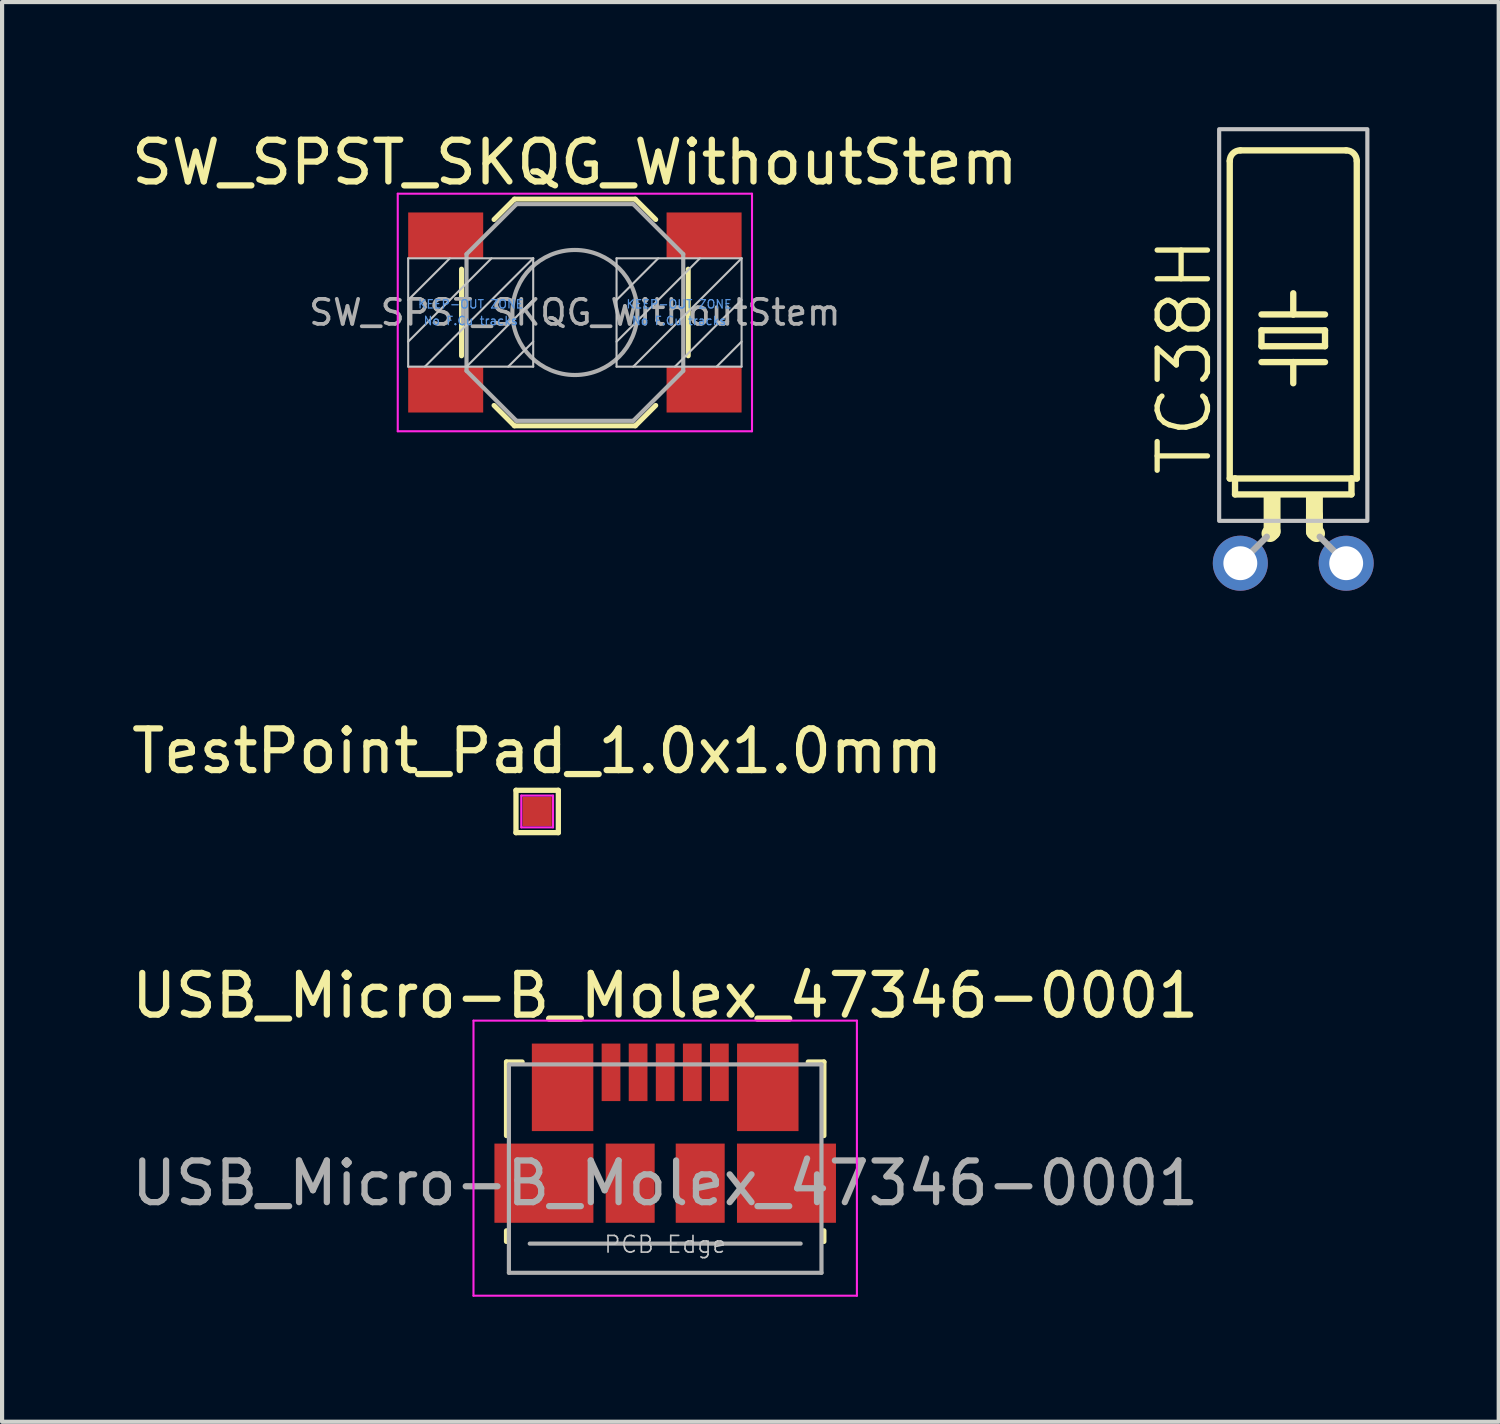
<source format=kicad_pcb>
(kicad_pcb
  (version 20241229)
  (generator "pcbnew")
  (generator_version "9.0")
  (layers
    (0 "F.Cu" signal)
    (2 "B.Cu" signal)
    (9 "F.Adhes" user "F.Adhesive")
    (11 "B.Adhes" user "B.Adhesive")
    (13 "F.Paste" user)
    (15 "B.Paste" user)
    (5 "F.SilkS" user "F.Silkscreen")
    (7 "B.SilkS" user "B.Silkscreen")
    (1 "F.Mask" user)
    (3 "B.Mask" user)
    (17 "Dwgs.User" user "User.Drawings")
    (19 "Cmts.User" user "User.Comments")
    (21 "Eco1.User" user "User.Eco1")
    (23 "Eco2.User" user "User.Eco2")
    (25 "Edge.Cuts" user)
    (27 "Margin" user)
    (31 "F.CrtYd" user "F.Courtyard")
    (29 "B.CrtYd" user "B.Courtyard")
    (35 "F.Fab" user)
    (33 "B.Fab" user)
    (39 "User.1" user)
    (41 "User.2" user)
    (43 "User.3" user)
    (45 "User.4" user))
  (footprint "TC38H"
    (layer "F.Cu")
    (at 27.981 10.464)
    (property "Reference" "TC38H" (at -1.905 -2.032 90) (layer "F.SilkS") (effects (font (size 1.206 1.206) (thickness 0.127)) (justify left bottom)))
    (attr through_hole)
    (fp_line (start -1.524 -2.032) (end -1.524 -9.652) (stroke (width 0.152) (type solid)) (layer "F.SilkS"))
    (fp_line (start -1.524 -2.032) (end -1.397 -2.032) (stroke (width 0.152) (type solid)) (layer "F.SilkS"))
    (fp_line (start -1.397 -1.651) (end -1.397 -2.032) (stroke (width 0.152) (type solid)) (layer "F.SilkS"))
    (fp_line (start -1.397 -1.651) (end 1.397 -1.651) (stroke (width 0.152) (type solid)) (layer "F.SilkS"))
    (fp_line (start -1.27 -9.906) (end 1.27 -9.906) (stroke (width 0.152) (type solid)) (layer "F.SilkS"))
    (fp_line (start -0.762 -5.969) (end 0 -5.969) (stroke (width 0.152) (type solid)) (layer "F.SilkS"))
    (fp_line (start -0.762 -5.588) (end -0.762 -5.207) (stroke (width 0.152) (type solid)) (layer "F.SilkS"))
    (fp_line (start -0.762 -5.588) (end 0.762 -5.588) (stroke (width 0.152) (type solid)) (layer "F.SilkS"))
    (fp_line (start -0.762 -4.826) (end 0 -4.826) (stroke (width 0.152) (type solid)) (layer "F.SilkS"))
    (fp_line (start -0.559 -0.711) (end -0.508 -0.762) (stroke (width 0.406) (type solid)) (layer "F.SilkS"))
    (fp_line (start -0.508 -0.762) (end -0.508 -1.016) (stroke (width 0.406) (type solid)) (layer "F.SilkS"))
    (fp_line (start 0 -5.969) (end 0 -6.477) (stroke (width 0.152) (type solid)) (layer "F.SilkS"))
    (fp_line (start 0 -5.969) (end 0.762 -5.969) (stroke (width 0.152) (type solid)) (layer "F.SilkS"))
    (fp_line (start 0 -4.826) (end 0 -4.318) (stroke (width 0.152) (type solid)) (layer "F.SilkS"))
    (fp_line (start 0 -4.826) (end 0.762 -4.826) (stroke (width 0.152) (type solid)) (layer "F.SilkS"))
    (fp_line (start 0.508 -0.762) (end 0.508 -1.143) (stroke (width 0.406) (type solid)) (layer "F.SilkS"))
    (fp_line (start 0.559 -0.711) (end 0.508 -0.762) (stroke (width 0.406) (type solid)) (layer "F.SilkS"))
    (fp_line (start 0.762 -5.207) (end -0.762 -5.207) (stroke (width 0.152) (type solid)) (layer "F.SilkS"))
    (fp_line (start 0.762 -5.207) (end 0.762 -5.588) (stroke (width 0.152) (type solid)) (layer "F.SilkS"))
    (fp_line (start 1.397 -2.032) (end -1.397 -2.032) (stroke (width 0.152) (type solid)) (layer "F.SilkS"))
    (fp_line (start 1.397 -1.651) (end 1.397 -2.032) (stroke (width 0.152) (type solid)) (layer "F.SilkS"))
    (fp_line (start 1.524 -2.032) (end 1.397 -2.032) (stroke (width 0.152) (type solid)) (layer "F.SilkS"))
    (fp_line (start 1.524 -2.032) (end 1.524 -9.652) (stroke (width 0.152) (type solid)) (layer "F.SilkS"))
    (fp_arc (start -1.524 -9.652) (mid -1.449605 -9.831605) (end -1.27 -9.906) (stroke (width 0.1524) (type solid)) (layer "F.SilkS"))
    (fp_arc (start 1.27 -9.906) (mid 1.449605 -9.831605) (end 1.524 -9.652) (stroke (width 0.1524) (type solid)) (layer "F.SilkS"))
    (fp_poly (pts (xy -0.711 -1.016) (xy -0.305 -1.016) (xy -0.305 -1.6) (xy -0.711 -1.6)) (stroke (width 0) (type solid)) (fill yes) (layer "F.SilkS"))
    (fp_poly (pts (xy 0.305 -1.016) (xy 0.711 -1.016) (xy 0.711 -1.6) (xy 0.305 -1.6)) (stroke (width 0) (type solid)) (fill yes) (layer "F.SilkS"))
    (fp_poly (pts (xy -1.778 -1.016) (xy 1.778 -1.016) (xy 1.778 -10.414) (xy -1.778 -10.414)) (stroke (width 0.1) (type solid)) (fill no) (layer "Dwgs.User"))
    (fp_line (start -0.635 -0.635) (end -1.27 0) (stroke (width 0.152) (type solid)) (layer "F.Fab"))
    (fp_line (start 0.635 -0.635) (end 1.27 0) (stroke (width 0.152) (type solid)) (layer "F.Fab"))
    (pad "1" thru_hole circle (at -1.27 0) (size 1.321 1.321) (drill 0.813) (layers "*.Cu" "*.Mask"))
    (pad "2" thru_hole circle (at 1.27 0) (size 1.321 1.321) (drill 0.813) (layers "*.Cu" "*.Mask")))
  (footprint "TestPoint_Pad_1.0x1.0mm"
    (layer "F.Cu")
    (at 9.839 16.421)
    (property "Reference" "TestPoint_Pad_1.0x1.0mm" (at 0 -1.448 0) (layer "F.SilkS") (effects (font (size 1 1) (thickness 0.15))))
    (attr exclude_from_pos_files exclude_from_bom)
    (fp_line (start -0.508 -0.508) (end 0.508 -0.508) (stroke (width 0.127) (type solid)) (layer "F.SilkS"))
    (fp_line (start -0.508 0.508) (end -0.508 -0.508) (stroke (width 0.127) (type solid)) (layer "F.SilkS"))
    (fp_line (start 0.508 -0.508) (end 0.508 0.508) (stroke (width 0.127) (type solid)) (layer "F.SilkS"))
    (fp_line (start 0.508 0.508) (end -0.508 0.508) (stroke (width 0.127) (type solid)) (layer "F.SilkS"))
    (fp_line (start -0.381 -0.381) (end -0.381 0.381) (stroke (width 0.05) (type solid)) (layer "F.CrtYd"))
    (fp_line (start -0.381 -0.381) (end 0.381 -0.381) (stroke (width 0.05) (type solid)) (layer "F.CrtYd"))
    (fp_line (start 0.381 0.381) (end -0.381 0.381) (stroke (width 0.05) (type solid)) (layer "F.CrtYd"))
    (fp_line (start 0.381 0.381) (end 0.381 -0.381) (stroke (width 0.05) (type solid)) (layer "F.CrtYd"))
    (pad "1" smd rect (at 0 0) (size 0.7 0.7) (layers "F.Cu" "F.Mask")))
  (footprint "SW_SPST_SKQG_WithoutStem"
    (layer "F.Cu")
    (at 10.744 4.448)
    (property "Reference" "SW_SPST_SKQG_WithoutStem" (at 0 -3.6 0) (layer "F.SilkS") (effects (font (size 1 1) (thickness 0.15))))
    (attr smd)
    (fp_line (start -2.72 1.04) (end -2.72 -1.04) (stroke (width 0.12) (type solid)) (layer "F.SilkS"))
    (fp_line (start -1.45 -2.72) (end -1.94 -2.23) (stroke (width 0.12) (type solid)) (layer "F.SilkS"))
    (fp_line (start -1.45 -2.72) (end 1.45 -2.72) (stroke (width 0.12) (type solid)) (layer "F.SilkS"))
    (fp_line (start -1.45 2.72) (end -1.94 2.23) (stroke (width 0.12) (type solid)) (layer "F.SilkS"))
    (fp_line (start -1.45 2.72) (end 1.45 2.72) (stroke (width 0.12) (type solid)) (layer "F.SilkS"))
    (fp_line (start 1.45 -2.72) (end 1.94 -2.23) (stroke (width 0.12) (type solid)) (layer "F.SilkS"))
    (fp_line (start 1.45 2.72) (end 1.94 2.23) (stroke (width 0.12) (type solid)) (layer "F.SilkS"))
    (fp_line (start 2.72 1.04) (end 2.72 -1.04) (stroke (width 0.12) (type solid)) (layer "F.SilkS"))
    (fp_line (start -4 -1.3) (end -1 -1.3) (stroke (width 0.05) (type solid)) (layer "Dwgs.User"))
    (fp_line (start -4 -0.3) (end -3 -1.3) (stroke (width 0.05) (type solid)) (layer "Dwgs.User"))
    (fp_line (start -4 0.7) (end -2 -1.3) (stroke (width 0.05) (type solid)) (layer "Dwgs.User"))
    (fp_line (start -4 1.3) (end -4 -1.3) (stroke (width 0.05) (type solid)) (layer "Dwgs.User"))
    (fp_line (start -2.6 1.3) (end -1 -0.3) (stroke (width 0.05) (type solid)) (layer "Dwgs.User"))
    (fp_line (start -1 -1.3) (end -3.6 1.3) (stroke (width 0.05) (type solid)) (layer "Dwgs.User"))
    (fp_line (start -1 -1.3) (end -1 1.3) (stroke (width 0.05) (type solid)) (layer "Dwgs.User"))
    (fp_line (start -1 0.7) (end -1.6 1.3) (stroke (width 0.05) (type solid)) (layer "Dwgs.User"))
    (fp_line (start -1 1.3) (end -4 1.3) (stroke (width 0.05) (type solid)) (layer "Dwgs.User"))
    (fp_line (start 1 -1.3) (end 4 -1.3) (stroke (width 0.05) (type solid)) (layer "Dwgs.User"))
    (fp_line (start 1 -0.3) (end 2 -1.3) (stroke (width 0.05) (type solid)) (layer "Dwgs.User"))
    (fp_line (start 1 0.7) (end 3 -1.3) (stroke (width 0.05) (type solid)) (layer "Dwgs.User"))
    (fp_line (start 1 1.3) (end 1 -1.3) (stroke (width 0.05) (type solid)) (layer "Dwgs.User"))
    (fp_line (start 2.4 1.3) (end 4 -0.3) (stroke (width 0.05) (type solid)) (layer "Dwgs.User"))
    (fp_line (start 4 -1.3) (end 1.4 1.3) (stroke (width 0.05) (type solid)) (layer "Dwgs.User"))
    (fp_line (start 4 -1.3) (end 4 1.3) (stroke (width 0.05) (type solid)) (layer "Dwgs.User"))
    (fp_line (start 4 0.7) (end 3.4 1.3) (stroke (width 0.05) (type solid)) (layer "Dwgs.User"))
    (fp_line (start 4 1.3) (end 1 1.3) (stroke (width 0.05) (type solid)) (layer "Dwgs.User"))
    (fp_line (start -4.25 -2.85) (end -4.25 2.85) (stroke (width 0.05) (type solid)) (layer "F.CrtYd"))
    (fp_line (start -4.25 2.85) (end 4.25 2.85) (stroke (width 0.05) (type solid)) (layer "F.CrtYd"))
    (fp_line (start 4.25 -2.85) (end -4.25 -2.85) (stroke (width 0.05) (type solid)) (layer "F.CrtYd"))
    (fp_line (start 4.25 2.85) (end 4.25 -2.85) (stroke (width 0.05) (type solid)) (layer "F.CrtYd"))
    (fp_line (start -2.6 -1.4) (end -1.4 -2.6) (stroke (width 0.1) (type solid)) (layer "F.Fab"))
    (fp_line (start -2.6 1.4) (end -2.6 -1.4) (stroke (width 0.1) (type solid)) (layer "F.Fab"))
    (fp_line (start -1.4 -2.6) (end 1.4 -2.6) (stroke (width 0.1) (type solid)) (layer "F.Fab"))
    (fp_line (start -1.4 2.6) (end -2.6 1.4) (stroke (width 0.1) (type solid)) (layer "F.Fab"))
    (fp_line (start 1.4 -2.6) (end 2.6 -1.4) (stroke (width 0.1) (type solid)) (layer "F.Fab"))
    (fp_line (start 1.4 2.6) (end -1.4 2.6) (stroke (width 0.1) (type solid)) (layer "F.Fab"))
    (fp_line (start 2.6 -1.4) (end 2.6 1.4) (stroke (width 0.1) (type solid)) (layer "F.Fab"))
    (fp_line (start 2.6 1.4) (end 1.4 2.6) (stroke (width 0.1) (type solid)) (layer "F.Fab"))
    (fp_circle (center 0 0) (end 1.5 0) (stroke (width 0.1) (type solid)) (fill no) (layer "F.Fab"))
    (fp_text user "KEEP-OUT ZONE" (at -2.5 -0.2 0) (layer "Cmts.User") (effects (font (size 0.2 0.2) (thickness 0.03))))
    (fp_text user "KEEP-OUT ZONE" (at 2.5 -0.2 0) (layer "Cmts.User") (effects (font (size 0.2 0.2) (thickness 0.03))))
    (fp_text user "No F.Cu tracks" (at 2.5 0.2 0) (layer "Cmts.User") (effects (font (size 0.2 0.2) (thickness 0.03))))
    (fp_text user "No F.Cu tracks" (at -2.5 0.2 0) (layer "Cmts.User") (effects (font (size 0.2 0.2) (thickness 0.03))))
    (fp_text user "${REFERENCE}" (at 0 0 0) (layer "F.Fab") (effects (font (size 0.6 0.6) (thickness 0.09))))
    (pad "1" smd rect (at -3.1 -1.85) (size 1.8 1.1) (layers "F.Cu" "F.Mask" "F.Paste"))
    (pad "2" smd rect (at 3.1 -1.85) (size 1.8 1.1) (layers "F.Cu" "F.Mask" "F.Paste"))
    (pad "3" smd rect (at -3.1 1.85) (size 1.8 1.1) (layers "F.Cu" "F.Mask" "F.Paste"))
    (pad "4" smd rect (at 3.1 1.85) (size 1.8 1.1) (layers "F.Cu" "F.Mask" "F.Paste")))
  (footprint "USB_Micro-B_Molex_47346-0001"
    (layer "F.Cu")
    (at 12.911 24.14)
    (property "Reference" "USB_Micro-B_Molex_47346-0001" (at 0 -3.3 180) (layer "F.SilkS") (effects (font (size 1 1) (thickness 0.15))))
    (attr smd)
    (fp_line (start -3.81 -1.71) (end -3.43 -1.71) (stroke (width 0.12) (type solid)) (layer "F.SilkS"))
    (fp_line (start -3.81 0.06) (end -3.81 -1.71) (stroke (width 0.12) (type solid)) (layer "F.SilkS"))
    (fp_line (start -3.81 2.6) (end -3.81 2.34) (stroke (width 0.12) (type solid)) (layer "F.SilkS"))
    (fp_line (start 3.81 -1.71) (end 3.43 -1.71) (stroke (width 0.12) (type solid)) (layer "F.SilkS"))
    (fp_line (start 3.81 -1.71) (end 3.81 0.06) (stroke (width 0.12) (type solid)) (layer "F.SilkS"))
    (fp_line (start 3.81 2.34) (end 3.81 2.6) (stroke (width 0.12) (type solid)) (layer "F.SilkS"))
    (fp_line (start -4.6 3.9) (end -4.6 -2.7) (stroke (width 0.05) (type solid)) (layer "F.CrtYd"))
    (fp_line (start -4.6 -2.7) (end 4.6 -2.7) (stroke (width 0.05) (type solid)) (layer "F.CrtYd"))
    (fp_line (start 4.6 -2.7) (end 4.6 3.9) (stroke (width 0.05) (type solid)) (layer "F.CrtYd"))
    (fp_line (start 4.6 3.9) (end -4.6 3.9) (stroke (width 0.05) (type solid)) (layer "F.CrtYd"))
    (fp_line (start -3.75 -1.65) (end 3.75 -1.65) (stroke (width 0.1) (type solid)) (layer "F.Fab"))
    (fp_line (start -3.75 3.35) (end -3.75 -1.65) (stroke (width 0.1) (type solid)) (layer "F.Fab"))
    (fp_line (start -3.25 2.65) (end 3.25 2.65) (stroke (width 0.1) (type solid)) (layer "F.Fab"))
    (fp_line (start 3.75 -1.65) (end 3.75 3.35) (stroke (width 0.1) (type solid)) (layer "F.Fab"))
    (fp_line (start 3.75 3.35) (end -3.75 3.35) (stroke (width 0.1) (type solid)) (layer "F.Fab"))
    (fp_text user "PCB Edge" (at 0 2.67 180) (layer "Dwgs.User") (effects (font (size 0.4 0.4) (thickness 0.04))))
    (fp_text user "${REFERENCE}" (at 0 1.2 0) (layer "F.Fab") (effects (font (size 1 1) (thickness 0.15))))
    (pad "1" smd rect (at -1.3 -1.46) (size 0.45 1.38) (layers "F.Cu" "F.Mask" "F.Paste"))
    (pad "2" smd rect (at -0.65 -1.46) (size 0.45 1.38) (layers "F.Cu" "F.Mask" "F.Paste"))
    (pad "3" smd rect (at 0 -1.46) (size 0.45 1.38) (layers "F.Cu" "F.Mask" "F.Paste"))
    (pad "4" smd rect (at 0.65 -1.46) (size 0.45 1.38) (layers "F.Cu" "F.Mask" "F.Paste"))
    (pad "5" smd rect (at 1.3 -1.46) (size 0.45 1.38) (layers "F.Cu" "F.Mask" "F.Paste"))
    (pad "6" smd rect (at -2.91 1.2) (size 2.375 1.9) (layers "F.Cu" "F.Mask" "F.Paste"))
    (pad "6" smd rect (at -2.462 -1.1) (size 1.475 2.1) (layers "F.Cu" "F.Mask" "F.Paste"))
    (pad "6" smd rect (at -0.84 1.2) (size 1.175 1.9) (layers "F.Cu" "F.Mask" "F.Paste"))
    (pad "6" smd rect (at 0.84 1.2) (size 1.175 1.9) (layers "F.Cu" "F.Mask" "F.Paste"))
    (pad "6" smd rect (at 2.462 -1.1) (size 1.475 2.1) (layers "F.Cu" "F.Mask" "F.Paste"))
    (pad "6" smd rect (at 2.91 1.2) (size 2.375 1.9) (layers "F.Cu" "F.Mask" "F.Paste")))
  (gr_rect
    (start -3 -3)
    (end 32.911 31.065)
    (stroke (width 0.1) (type default))
    (fill no)
    (layer "Edge.Cuts")))
</source>
